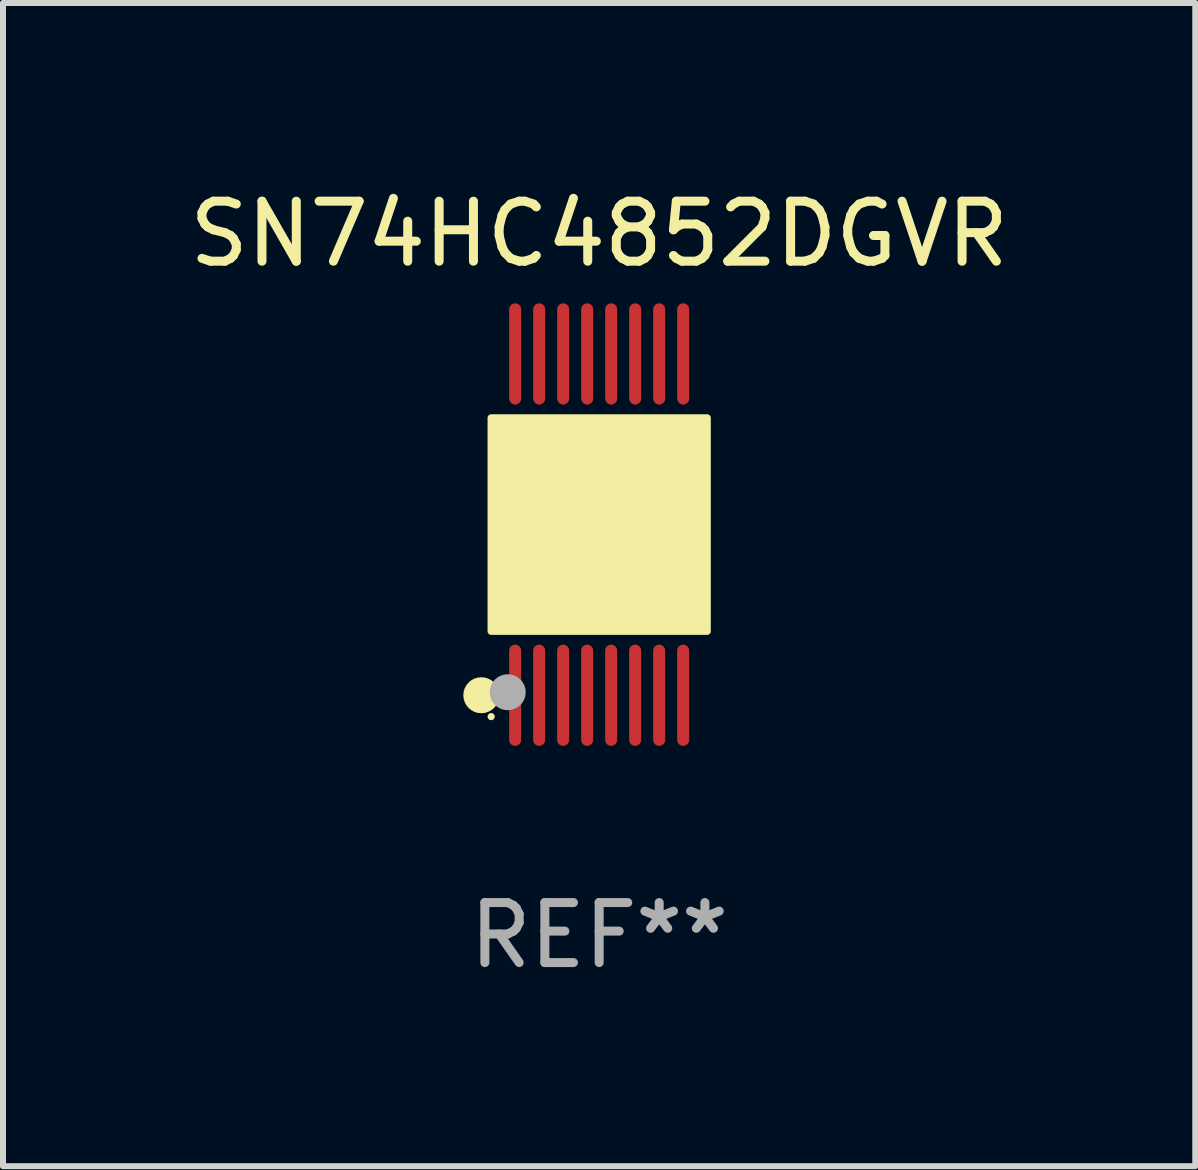
<source format=kicad_pcb>
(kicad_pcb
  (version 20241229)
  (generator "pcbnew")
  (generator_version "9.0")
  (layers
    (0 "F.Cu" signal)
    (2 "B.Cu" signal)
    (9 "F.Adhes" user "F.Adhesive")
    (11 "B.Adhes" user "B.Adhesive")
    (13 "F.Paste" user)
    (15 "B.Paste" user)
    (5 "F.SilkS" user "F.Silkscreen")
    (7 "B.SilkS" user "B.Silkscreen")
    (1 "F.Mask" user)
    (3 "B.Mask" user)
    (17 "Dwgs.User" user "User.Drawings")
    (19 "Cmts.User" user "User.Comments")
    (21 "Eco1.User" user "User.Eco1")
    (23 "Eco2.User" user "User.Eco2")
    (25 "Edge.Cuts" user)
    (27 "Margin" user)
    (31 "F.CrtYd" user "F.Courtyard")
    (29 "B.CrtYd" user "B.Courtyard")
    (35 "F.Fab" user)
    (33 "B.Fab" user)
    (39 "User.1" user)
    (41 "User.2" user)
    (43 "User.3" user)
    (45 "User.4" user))
  (footprint "SN74HC4852DGVR"
    (layer "F.Cu")
    (at 6.935 5.692)
    (property "Reference" "SN74HC4852DGVR" (at 0 -4.844 0) (layer "F.SilkS") (effects (font (size 1 1) (thickness 0.15))))
    (attr through_hole)
    (fp_circle (center -1.964 2.844) (end -1.814 2.844) (stroke (width 0.3) (type solid)) (fill no) (layer "F.SilkS"))
    (fp_circle (center -1.8 3.2) (end -1.77 3.2) (stroke (width 0.06) (type solid)) (fill no) (layer "F.SilkS"))
    (fp_circle (center -1.4 1.019) (end -1.25 1.019) (stroke (width 0.3) (type solid)) (fill no) (layer "F.SilkS"))
    (fp_poly (pts (xy -1.8 -1.778) (xy 1.8 -1.778) (xy 1.8 1.778) (xy -1.8 1.778)) (stroke (width 0.12) (type solid)) (fill yes) (layer "F.SilkS"))
    (fp_circle (center -1.524 2.794) (end -1.374 2.794) (stroke (width 0.3) (type solid)) (fill no) (layer "F.Fab"))
    (fp_text user "REF**" (at 0 6.844 0) (layer "F.Fab") (effects (font (size 1 1) (thickness 0.15))))
    (pad "1" smd oval (at -1.4 2.844) (size 0.2 1.687) (layers "F.Cu" "F.Mask" "F.Paste"))
    (pad "2" smd oval (at -1 2.844) (size 0.2 1.687) (layers "F.Cu" "F.Mask" "F.Paste"))
    (pad "3" smd oval (at -0.6 2.844) (size 0.2 1.687) (layers "F.Cu" "F.Mask" "F.Paste"))
    (pad "4" smd oval (at -0.2 2.844) (size 0.2 1.687) (layers "F.Cu" "F.Mask" "F.Paste"))
    (pad "5" smd oval (at 0.2 2.844) (size 0.2 1.687) (layers "F.Cu" "F.Mask" "F.Paste"))
    (pad "6" smd oval (at 0.6 2.844) (size 0.2 1.687) (layers "F.Cu" "F.Mask" "F.Paste"))
    (pad "7" smd oval (at 1 2.844) (size 0.2 1.687) (layers "F.Cu" "F.Mask" "F.Paste"))
    (pad "8" smd oval (at 1.4 2.844) (size 0.2 1.687) (layers "F.Cu" "F.Mask" "F.Paste"))
    (pad "9" smd oval (at 1.4 -2.844) (size 0.2 1.687) (layers "F.Cu" "F.Mask" "F.Paste"))
    (pad "10" smd oval (at 1 -2.844) (size 0.2 1.687) (layers "F.Cu" "F.Mask" "F.Paste"))
    (pad "11" smd oval (at 0.6 -2.844) (size 0.2 1.687) (layers "F.Cu" "F.Mask" "F.Paste"))
    (pad "12" smd oval (at 0.2 -2.844) (size 0.2 1.687) (layers "F.Cu" "F.Mask" "F.Paste"))
    (pad "13" smd oval (at -0.2 -2.844) (size 0.2 1.687) (layers "F.Cu" "F.Mask" "F.Paste"))
    (pad "14" smd oval (at -0.6 -2.844) (size 0.2 1.687) (layers "F.Cu" "F.Mask" "F.Paste"))
    (pad "15" smd oval (at -1 -2.844) (size 0.2 1.687) (layers "F.Cu" "F.Mask" "F.Paste"))
    (pad "16" smd oval (at -1.4 -2.844) (size 0.2 1.687) (layers "F.Cu" "F.Mask" "F.Paste")))
  (gr_rect
    (start -3 -3)
    (end 16.869 16.384)
    (stroke (width 0.1) (type default))
    (fill no)
    (layer "Edge.Cuts")))
</source>
